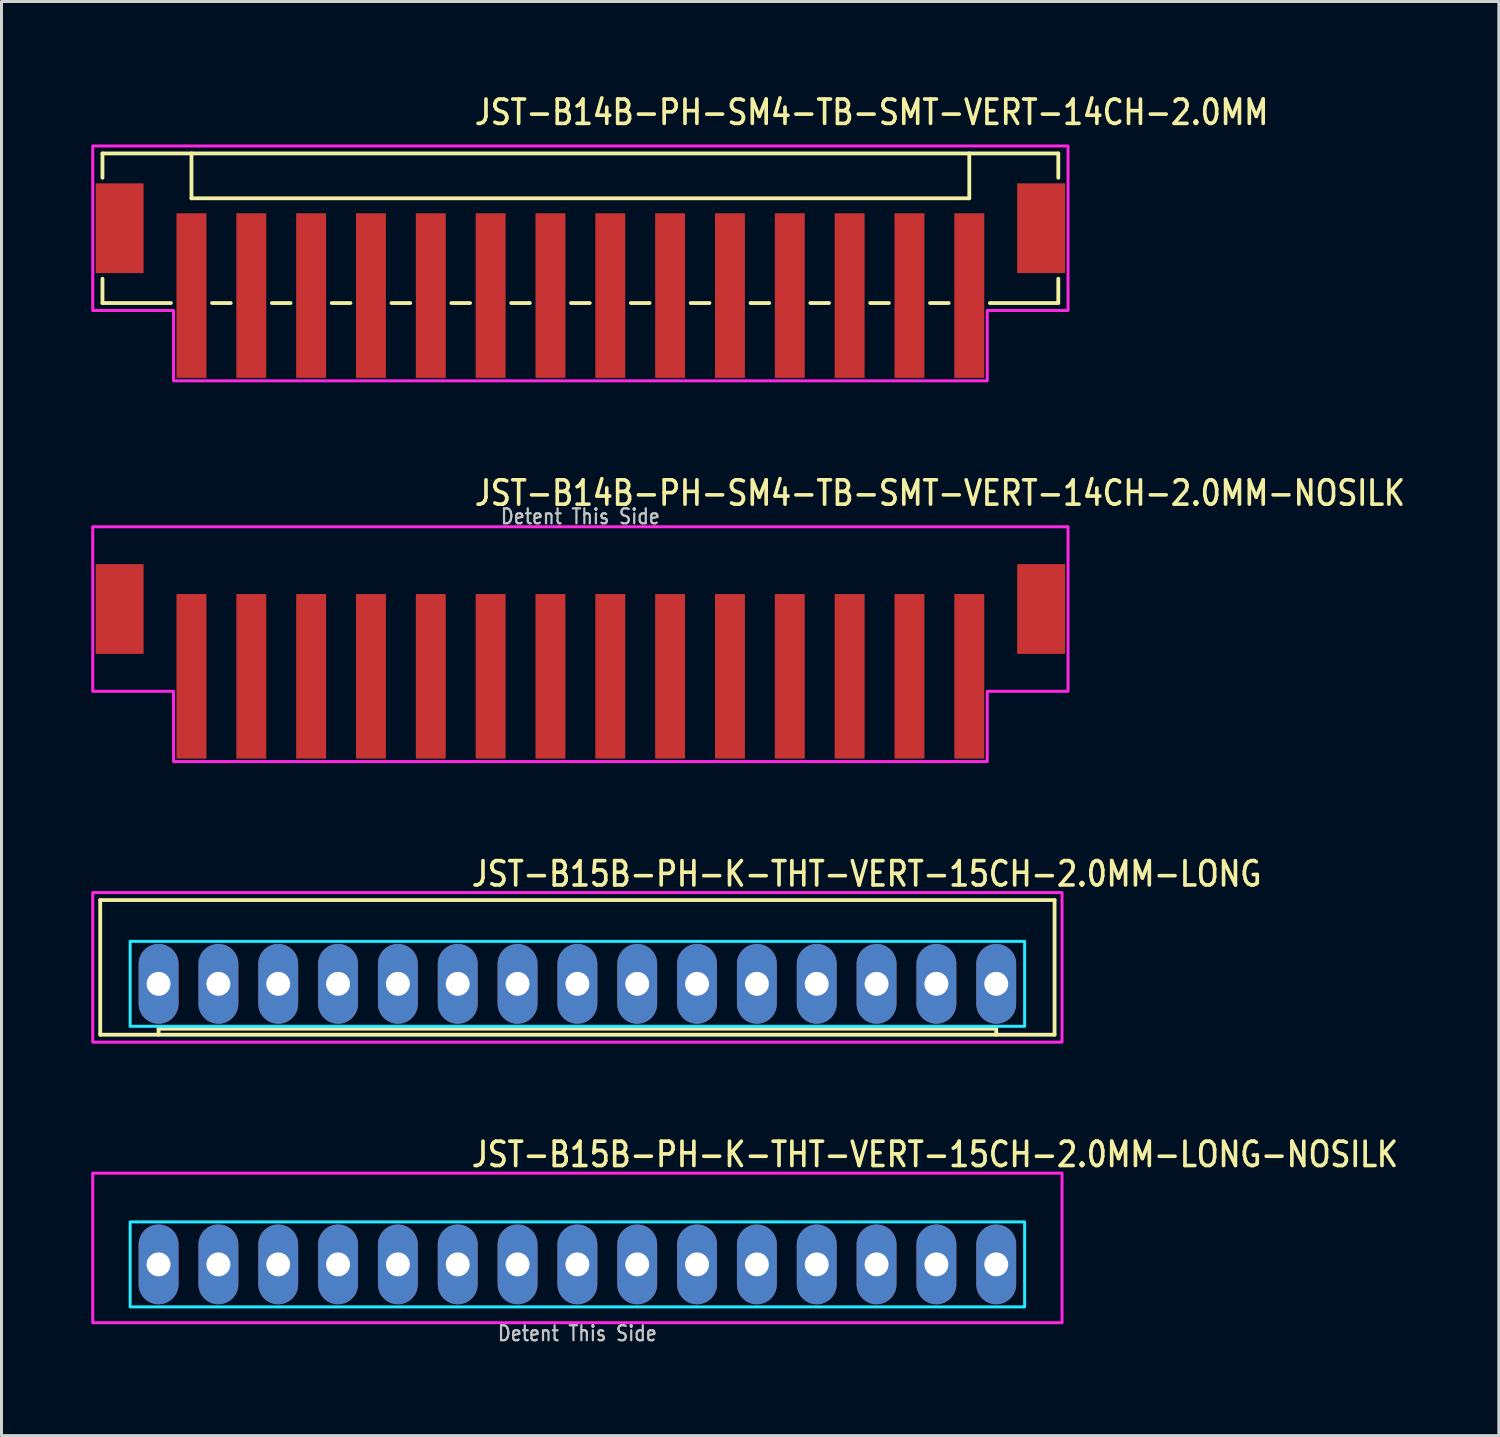
<source format=kicad_pcb>
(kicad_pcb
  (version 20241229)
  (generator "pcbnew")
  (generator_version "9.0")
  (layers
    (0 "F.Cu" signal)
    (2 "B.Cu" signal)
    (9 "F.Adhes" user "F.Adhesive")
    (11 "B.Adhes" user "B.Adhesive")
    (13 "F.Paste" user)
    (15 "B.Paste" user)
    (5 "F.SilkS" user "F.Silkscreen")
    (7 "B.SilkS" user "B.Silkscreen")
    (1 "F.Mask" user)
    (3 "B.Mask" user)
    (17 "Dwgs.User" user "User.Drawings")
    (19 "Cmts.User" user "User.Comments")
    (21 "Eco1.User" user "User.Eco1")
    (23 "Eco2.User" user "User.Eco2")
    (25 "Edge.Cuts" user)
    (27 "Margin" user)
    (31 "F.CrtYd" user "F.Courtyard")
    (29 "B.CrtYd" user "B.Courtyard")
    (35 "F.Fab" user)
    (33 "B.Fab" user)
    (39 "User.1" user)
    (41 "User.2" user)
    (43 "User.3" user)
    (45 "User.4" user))
  (footprint "JST-B14B-PH-SM4-TB-SMT-VERT-14CH-2.0MM-NOSILK"
    (layer "F.Cu")
    (at 16.35 17.307)
    (property "Reference" "JST-B14B-PH-SM4-TB-SMT-VERT-14CH-2.0MM-NOSILK" (at -3.6 -3.4 0) (unlocked yes) (layer "F.SilkS") (effects (font (size 0.813 0.695) (thickness 0.122)) (justify left bottom)))
    (fp_poly (pts (xy -16.3 -2.75) (xy -16.3 2.75) (xy -13.6 2.75) (xy -13.6 5.1) (xy 13.6 5.1) (xy 13.6 2.75) (xy 16.3 2.75) (xy 16.3 -2.75)) (stroke (width 0.1) (type solid)) (fill no) (layer "F.CrtYd"))
    (fp_text user "Detent This Side" (at 0 -2.8 0) (unlocked yes) (layer "Dwgs.User") (effects (font (size 0.5 0.427) (thickness 0.075)) (justify bottom)))
    (pad "P$1" smd rect (at -13 2.25) (size 1 5.5) (layers "F.Cu" "F.Mask" "F.Paste"))
    (pad "P$2" smd rect (at -11 2.25) (size 1 5.5) (layers "F.Cu" "F.Mask" "F.Paste"))
    (pad "P$3" smd rect (at -9 2.25) (size 1 5.5) (layers "F.Cu" "F.Mask" "F.Paste"))
    (pad "P$4" smd rect (at -7 2.25) (size 1 5.5) (layers "F.Cu" "F.Mask" "F.Paste"))
    (pad "P$5" smd rect (at -5 2.25) (size 1 5.5) (layers "F.Cu" "F.Mask" "F.Paste"))
    (pad "P$6" smd rect (at -3 2.25) (size 1 5.5) (layers "F.Cu" "F.Mask" "F.Paste"))
    (pad "P$7" smd rect (at -1 2.25) (size 1 5.5) (layers "F.Cu" "F.Mask" "F.Paste"))
    (pad "P$8" smd rect (at 1 2.25) (size 1 5.5) (layers "F.Cu" "F.Mask" "F.Paste"))
    (pad "P$9" smd rect (at 3 2.25) (size 1 5.5) (layers "F.Cu" "F.Mask" "F.Paste"))
    (pad "P$10" smd rect (at 5 2.25) (size 1 5.5) (layers "F.Cu" "F.Mask" "F.Paste"))
    (pad "P$11" smd rect (at 7 2.25) (size 1 5.5) (layers "F.Cu" "F.Mask" "F.Paste"))
    (pad "P$12" smd rect (at 9 2.25) (size 1 5.5) (layers "F.Cu" "F.Mask" "F.Paste"))
    (pad "P$13" smd rect (at 11 2.25) (size 1 5.5) (layers "F.Cu" "F.Mask" "F.Paste"))
    (pad "P$14" smd rect (at 13 2.25) (size 1 5.5) (layers "F.Cu" "F.Mask" "F.Paste"))
    (pad "S$1" smd rect (at -15.4 0) (size 1.6 3) (layers "F.Cu" "F.Mask" "F.Paste"))
    (pad "S$2" smd rect (at 15.4 0) (size 1.6 3) (layers "F.Cu" "F.Mask" "F.Paste")))
  (footprint "JST-B15B-PH-K-THT-VERT-15CH-2.0MM-LONG"
    (layer "F.Cu")
    (at 16.25 29.836)
    (property "Reference" "JST-B15B-PH-K-THT-VERT-15CH-2.0MM-LONG" (at -3.6 -3.2 0) (unlocked yes) (layer "F.SilkS") (effects (font (size 0.813 0.695) (thickness 0.122)) (justify left bottom)))
    (fp_line (start -15.95 -2.8) (end -15.95 1.7) (stroke (width 0.127) (type solid)) (layer "F.SilkS"))
    (fp_line (start -15.95 -2.8) (end 15.95 -2.8) (stroke (width 0.127) (type solid)) (layer "F.SilkS"))
    (fp_line (start -15.95 1.7) (end 15.95 1.7) (stroke (width 0.127) (type solid)) (layer "F.SilkS"))
    (fp_line (start -14 1.7) (end -14 1.5) (stroke (width 0.127) (type solid)) (layer "F.SilkS"))
    (fp_line (start 14 1.5) (end -14 1.5) (stroke (width 0.127) (type solid)) (layer "F.SilkS"))
    (fp_line (start 14 1.7) (end 14 1.5) (stroke (width 0.127) (type solid)) (layer "F.SilkS"))
    (fp_line (start 15.95 1.7) (end 15.95 -2.8) (stroke (width 0.127) (type solid)) (layer "F.SilkS"))
    (fp_poly (pts (xy -14.95 -1.42) (xy -14.95 1.42) (xy 14.95 1.42) (xy 14.95 -1.42)) (stroke (width 0.1) (type solid)) (fill no) (layer "B.CrtYd"))
    (fp_poly (pts (xy -16.2 1.95) (xy -16.2 -3.05) (xy 16.2 -3.05) (xy 16.2 1.95)) (stroke (width 0.1) (type solid)) (fill no) (layer "F.CrtYd"))
    (pad "P$1" thru_hole oval (at 14 0 90) (size 2.667 1.333) (drill 0.8) (layers "*.Cu" "*.Mask"))
    (pad "P$2" thru_hole oval (at 12 0 90) (size 2.667 1.333) (drill 0.8) (layers "*.Cu" "*.Mask"))
    (pad "P$3" thru_hole oval (at 10 0 90) (size 2.667 1.333) (drill 0.8) (layers "*.Cu" "*.Mask"))
    (pad "P$4" thru_hole oval (at 8 0 90) (size 2.667 1.333) (drill 0.8) (layers "*.Cu" "*.Mask"))
    (pad "P$5" thru_hole oval (at 6 0 90) (size 2.667 1.333) (drill 0.8) (layers "*.Cu" "*.Mask"))
    (pad "P$6" thru_hole oval (at 4 0 90) (size 2.667 1.333) (drill 0.8) (layers "*.Cu" "*.Mask"))
    (pad "P$7" thru_hole oval (at 2 0 90) (size 2.667 1.333) (drill 0.8) (layers "*.Cu" "*.Mask"))
    (pad "P$8" thru_hole oval (at 0 0 90) (size 2.667 1.333) (drill 0.8) (layers "*.Cu" "*.Mask"))
    (pad "P$9" thru_hole oval (at -2 0 90) (size 2.667 1.333) (drill 0.8) (layers "*.Cu" "*.Mask"))
    (pad "P$10" thru_hole oval (at -4 0 90) (size 2.667 1.333) (drill 0.8) (layers "*.Cu" "*.Mask"))
    (pad "P$11" thru_hole oval (at -6 0 90) (size 2.667 1.333) (drill 0.8) (layers "*.Cu" "*.Mask"))
    (pad "P$12" thru_hole oval (at -8 0 90) (size 2.667 1.333) (drill 0.8) (layers "*.Cu" "*.Mask"))
    (pad "P$13" thru_hole oval (at -10 0 90) (size 2.667 1.333) (drill 0.8) (layers "*.Cu" "*.Mask"))
    (pad "P$14" thru_hole oval (at -12 0 90) (size 2.667 1.333) (drill 0.8) (layers "*.Cu" "*.Mask"))
    (pad "P$15" thru_hole oval (at -14 0 90) (size 2.667 1.333) (drill 0.8) (layers "*.Cu" "*.Mask")))
  (footprint "JST-B14B-PH-SM4-TB-SMT-VERT-14CH-2.0MM"
    (layer "F.Cu")
    (at 16.35 4.579)
    (property "Reference" "JST-B14B-PH-SM4-TB-SMT-VERT-14CH-2.0MM" (at -3.6 -3.4 0) (unlocked yes) (layer "F.SilkS") (effects (font (size 0.813 0.695) (thickness 0.122)) (justify left bottom)))
    (fp_line (start -15.975 -2.5) (end -15.975 -1.687) (stroke (width 0.127) (type solid)) (layer "F.SilkS"))
    (fp_line (start -15.975 -2.5) (end 15.975 -2.5) (stroke (width 0.127) (type solid)) (layer "F.SilkS"))
    (fp_line (start -15.975 2.5) (end -15.975 1.687) (stroke (width 0.127) (type solid)) (layer "F.SilkS"))
    (fp_line (start -15.975 2.5) (end -13.687 2.5) (stroke (width 0.127) (type solid)) (layer "F.SilkS"))
    (fp_line (start -13 -2.5) (end -13 -1) (stroke (width 0.127) (type solid)) (layer "F.SilkS"))
    (fp_line (start -13 -1) (end 13 -1) (stroke (width 0.127) (type solid)) (layer "F.SilkS"))
    (fp_line (start -12.313 2.5) (end -11.687 2.5) (stroke (width 0.127) (type solid)) (layer "F.SilkS"))
    (fp_line (start -10.313 2.5) (end -9.687 2.5) (stroke (width 0.127) (type solid)) (layer "F.SilkS"))
    (fp_line (start -8.313 2.5) (end -7.686 2.5) (stroke (width 0.127) (type solid)) (layer "F.SilkS"))
    (fp_line (start -6.314 2.5) (end -5.686 2.5) (stroke (width 0.127) (type solid)) (layer "F.SilkS"))
    (fp_line (start -4.314 2.5) (end -3.687 2.5) (stroke (width 0.127) (type solid)) (layer "F.SilkS"))
    (fp_line (start -2.313 2.5) (end -1.687 2.5) (stroke (width 0.127) (type solid)) (layer "F.SilkS"))
    (fp_line (start -0.314 2.5) (end 0.314 2.5) (stroke (width 0.127) (type solid)) (layer "F.SilkS"))
    (fp_line (start 1.687 2.5) (end 2.313 2.5) (stroke (width 0.127) (type solid)) (layer "F.SilkS"))
    (fp_line (start 3.687 2.5) (end 4.314 2.5) (stroke (width 0.127) (type solid)) (layer "F.SilkS"))
    (fp_line (start 5.686 2.5) (end 6.314 2.5) (stroke (width 0.127) (type solid)) (layer "F.SilkS"))
    (fp_line (start 7.686 2.5) (end 8.313 2.5) (stroke (width 0.127) (type solid)) (layer "F.SilkS"))
    (fp_line (start 9.687 2.5) (end 10.313 2.5) (stroke (width 0.127) (type solid)) (layer "F.SilkS"))
    (fp_line (start 11.687 2.5) (end 12.313 2.5) (stroke (width 0.127) (type solid)) (layer "F.SilkS"))
    (fp_line (start 13 -1) (end 13 -2.5) (stroke (width 0.127) (type solid)) (layer "F.SilkS"))
    (fp_line (start 13.687 2.5) (end 15.975 2.5) (stroke (width 0.127) (type solid)) (layer "F.SilkS"))
    (fp_line (start 15.975 -1.687) (end 15.975 -2.5) (stroke (width 0.127) (type solid)) (layer "F.SilkS"))
    (fp_line (start 15.975 1.687) (end 15.975 2.5) (stroke (width 0.127) (type solid)) (layer "F.SilkS"))
    (fp_poly (pts (xy -16.3 -2.75) (xy -16.3 2.75) (xy -13.6 2.75) (xy -13.6 5.1) (xy 13.6 5.1) (xy 13.6 2.75) (xy 16.3 2.75) (xy 16.3 -2.75)) (stroke (width 0.1) (type solid)) (fill no) (layer "F.CrtYd"))
    (pad "P$1" smd rect (at -13 2.25) (size 1 5.5) (layers "F.Cu" "F.Mask" "F.Paste"))
    (pad "P$2" smd rect (at -11 2.25) (size 1 5.5) (layers "F.Cu" "F.Mask" "F.Paste"))
    (pad "P$3" smd rect (at -9 2.25) (size 1 5.5) (layers "F.Cu" "F.Mask" "F.Paste"))
    (pad "P$4" smd rect (at -7 2.25) (size 1 5.5) (layers "F.Cu" "F.Mask" "F.Paste"))
    (pad "P$5" smd rect (at -5 2.25) (size 1 5.5) (layers "F.Cu" "F.Mask" "F.Paste"))
    (pad "P$6" smd rect (at -3 2.25) (size 1 5.5) (layers "F.Cu" "F.Mask" "F.Paste"))
    (pad "P$7" smd rect (at -1 2.25) (size 1 5.5) (layers "F.Cu" "F.Mask" "F.Paste"))
    (pad "P$8" smd rect (at 1 2.25) (size 1 5.5) (layers "F.Cu" "F.Mask" "F.Paste"))
    (pad "P$9" smd rect (at 3 2.25) (size 1 5.5) (layers "F.Cu" "F.Mask" "F.Paste"))
    (pad "P$10" smd rect (at 5 2.25) (size 1 5.5) (layers "F.Cu" "F.Mask" "F.Paste"))
    (pad "P$11" smd rect (at 7 2.25) (size 1 5.5) (layers "F.Cu" "F.Mask" "F.Paste"))
    (pad "P$12" smd rect (at 9 2.25) (size 1 5.5) (layers "F.Cu" "F.Mask" "F.Paste"))
    (pad "P$13" smd rect (at 11 2.25) (size 1 5.5) (layers "F.Cu" "F.Mask" "F.Paste"))
    (pad "P$14" smd rect (at 13 2.25) (size 1 5.5) (layers "F.Cu" "F.Mask" "F.Paste"))
    (pad "S$1" smd rect (at -15.4 0) (size 1.6 3) (layers "F.Cu" "F.Mask" "F.Paste"))
    (pad "S$2" smd rect (at 15.4 0) (size 1.6 3) (layers "F.Cu" "F.Mask" "F.Paste")))
  (footprint "JST-B15B-PH-K-THT-VERT-15CH-2.0MM-LONG-NOSILK"
    (layer "F.Cu")
    (at 16.25 39.214)
    (property "Reference" "JST-B15B-PH-K-THT-VERT-15CH-2.0MM-LONG-NOSILK" (at -3.6 -3.2 0) (unlocked yes) (layer "F.SilkS") (effects (font (size 0.813 0.695) (thickness 0.122)) (justify left bottom)))
    (fp_poly (pts (xy -14.95 -1.42) (xy -14.95 1.42) (xy 14.95 1.42) (xy 14.95 -1.42)) (stroke (width 0.1) (type solid)) (fill no) (layer "B.CrtYd"))
    (fp_poly (pts (xy -16.2 1.95) (xy -16.2 -3.05) (xy 16.2 -3.05) (xy 16.2 1.95)) (stroke (width 0.1) (type solid)) (fill no) (layer "F.CrtYd"))
    (fp_text user "Detent This Side" (at 0 2.6 0) (unlocked yes) (layer "Dwgs.User") (effects (font (size 0.5 0.427) (thickness 0.075)) (justify bottom)))
    (pad "P$1" thru_hole oval (at 14 0 90) (size 2.667 1.333) (drill 0.8) (layers "*.Cu" "*.Mask"))
    (pad "P$2" thru_hole oval (at 12 0 90) (size 2.667 1.333) (drill 0.8) (layers "*.Cu" "*.Mask"))
    (pad "P$3" thru_hole oval (at 10 0 90) (size 2.667 1.333) (drill 0.8) (layers "*.Cu" "*.Mask"))
    (pad "P$4" thru_hole oval (at 8 0 90) (size 2.667 1.333) (drill 0.8) (layers "*.Cu" "*.Mask"))
    (pad "P$5" thru_hole oval (at 6 0 90) (size 2.667 1.333) (drill 0.8) (layers "*.Cu" "*.Mask"))
    (pad "P$6" thru_hole oval (at 4 0 90) (size 2.667 1.333) (drill 0.8) (layers "*.Cu" "*.Mask"))
    (pad "P$7" thru_hole oval (at 2 0 90) (size 2.667 1.333) (drill 0.8) (layers "*.Cu" "*.Mask"))
    (pad "P$8" thru_hole oval (at 0 0 90) (size 2.667 1.333) (drill 0.8) (layers "*.Cu" "*.Mask"))
    (pad "P$9" thru_hole oval (at -2 0 90) (size 2.667 1.333) (drill 0.8) (layers "*.Cu" "*.Mask"))
    (pad "P$10" thru_hole oval (at -4 0 90) (size 2.667 1.333) (drill 0.8) (layers "*.Cu" "*.Mask"))
    (pad "P$11" thru_hole oval (at -6 0 90) (size 2.667 1.333) (drill 0.8) (layers "*.Cu" "*.Mask"))
    (pad "P$12" thru_hole oval (at -8 0 90) (size 2.667 1.333) (drill 0.8) (layers "*.Cu" "*.Mask"))
    (pad "P$13" thru_hole oval (at -10 0 90) (size 2.667 1.333) (drill 0.8) (layers "*.Cu" "*.Mask"))
    (pad "P$14" thru_hole oval (at -12 0 90) (size 2.667 1.333) (drill 0.8) (layers "*.Cu" "*.Mask"))
    (pad "P$15" thru_hole oval (at -14 0 90) (size 2.667 1.333) (drill 0.8) (layers "*.Cu" "*.Mask")))
  (gr_rect
    (start -3 -3)
    (end 47.051 44.937)
    (stroke (width 0.1) (type default))
    (fill no)
    (layer "Edge.Cuts")))
</source>
